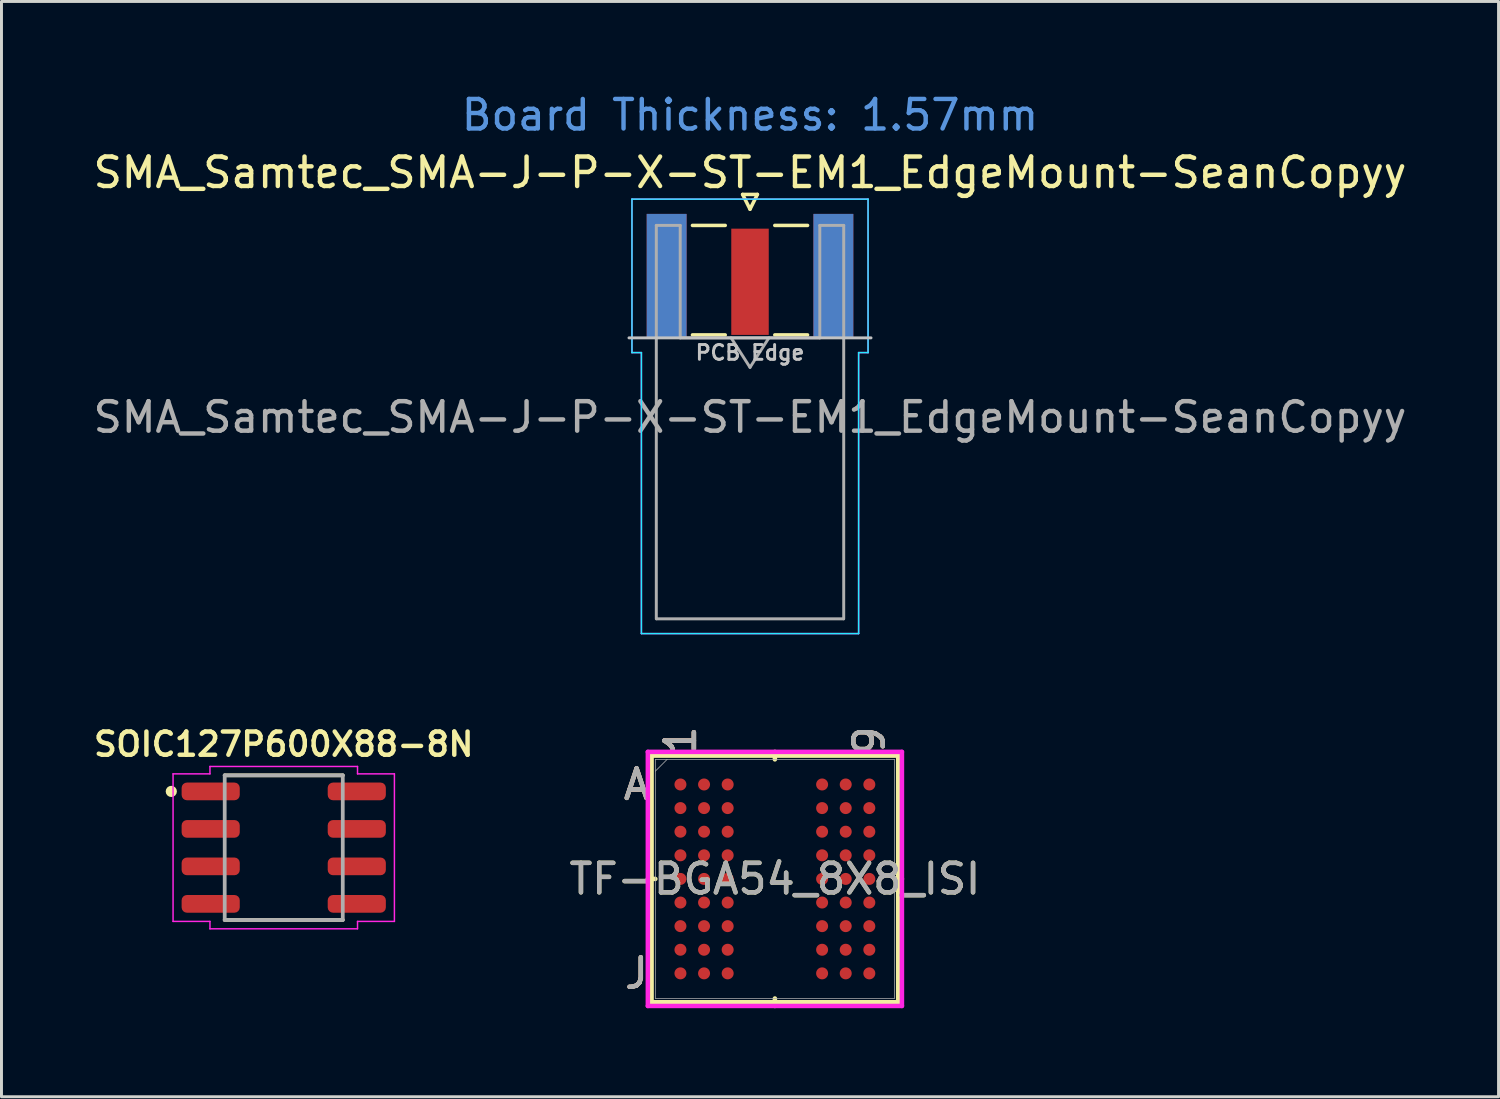
<source format=kicad_pcb>
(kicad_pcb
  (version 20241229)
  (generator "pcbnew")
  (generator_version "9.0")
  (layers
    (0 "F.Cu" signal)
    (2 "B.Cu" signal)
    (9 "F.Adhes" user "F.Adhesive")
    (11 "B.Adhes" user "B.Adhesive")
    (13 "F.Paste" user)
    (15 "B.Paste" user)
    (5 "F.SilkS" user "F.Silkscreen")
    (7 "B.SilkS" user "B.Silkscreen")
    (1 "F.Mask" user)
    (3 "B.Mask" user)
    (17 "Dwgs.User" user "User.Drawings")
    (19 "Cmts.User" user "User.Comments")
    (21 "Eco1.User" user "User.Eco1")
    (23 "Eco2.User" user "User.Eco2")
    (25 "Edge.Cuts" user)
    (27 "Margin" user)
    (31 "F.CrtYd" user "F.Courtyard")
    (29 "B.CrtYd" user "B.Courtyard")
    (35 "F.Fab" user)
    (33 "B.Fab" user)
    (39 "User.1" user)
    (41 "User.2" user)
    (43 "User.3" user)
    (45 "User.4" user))
  (footprint "SMA_Samtec_SMA-J-P-X-ST-EM1_EdgeMount-SeanCopyy"
    (layer "F.Cu")
    (at 22.363 6.298)
    (property "Reference" "SMA_Samtec_SMA-J-P-X-ST-EM1_EdgeMount-SeanCopyy" (at 0 -3.5 0) (layer "F.SilkS") (effects (font (size 1 1) (thickness 0.15))))
    (attr smd)
    (fp_line (start -1.95 -1.71) (end -0.84 -1.71) (stroke (width 0.12) (type solid)) (layer "F.SilkS"))
    (fp_line (start -1.95 2) (end -0.84 2) (stroke (width 0.12) (type solid)) (layer "F.SilkS"))
    (fp_line (start -0.25 -2.76) (end 0 -2.26) (stroke (width 0.12) (type solid)) (layer "F.SilkS"))
    (fp_line (start 0 -2.26) (end 0.25 -2.76) (stroke (width 0.12) (type solid)) (layer "F.SilkS"))
    (fp_line (start 0.25 -2.76) (end -0.25 -2.76) (stroke (width 0.12) (type solid)) (layer "F.SilkS"))
    (fp_line (start 0.84 -1.71) (end 1.95 -1.71) (stroke (width 0.12) (type solid)) (layer "F.SilkS"))
    (fp_line (start 0.84 2) (end 1.95 2) (stroke (width 0.12) (type solid)) (layer "F.SilkS"))
    (fp_line (start 4.1 2.1) (end -4.1 2.1) (stroke (width 0.1) (type solid)) (layer "Dwgs.User"))
    (fp_line (start -4 -2.6) (end 4 -2.6) (stroke (width 0.05) (type solid)) (layer "B.CrtYd"))
    (fp_line (start -4 2.6) (end -4 -2.6) (stroke (width 0.05) (type solid)) (layer "B.CrtYd"))
    (fp_line (start -3.68 2.6) (end -4 2.6) (stroke (width 0.05) (type solid)) (layer "B.CrtYd"))
    (fp_line (start -3.68 12.12) (end -3.68 2.6) (stroke (width 0.05) (type solid)) (layer "B.CrtYd"))
    (fp_line (start 3.68 2.6) (end 3.68 12.12) (stroke (width 0.05) (type solid)) (layer "B.CrtYd"))
    (fp_line (start 3.68 12.12) (end -3.68 12.12) (stroke (width 0.05) (type solid)) (layer "B.CrtYd"))
    (fp_line (start 4 2.6) (end 3.68 2.6) (stroke (width 0.05) (type solid)) (layer "B.CrtYd"))
    (fp_line (start 4 2.6) (end 4 -2.6) (stroke (width 0.05) (type solid)) (layer "B.CrtYd"))
    (fp_line (start -4 -2.6) (end 4 -2.6) (stroke (width 0.05) (type solid)) (layer "F.CrtYd"))
    (fp_line (start -4 2.6) (end -4 -2.6) (stroke (width 0.05) (type solid)) (layer "F.CrtYd"))
    (fp_line (start -3.68 2.6) (end -4 2.6) (stroke (width 0.05) (type solid)) (layer "F.CrtYd"))
    (fp_line (start -3.68 12.12) (end -3.68 2.6) (stroke (width 0.05) (type solid)) (layer "F.CrtYd"))
    (fp_line (start 3.68 2.6) (end 3.68 12.12) (stroke (width 0.05) (type solid)) (layer "F.CrtYd"))
    (fp_line (start 3.68 2.6) (end 4 2.6) (stroke (width 0.05) (type solid)) (layer "F.CrtYd"))
    (fp_line (start 3.68 12.12) (end -3.68 12.12) (stroke (width 0.05) (type solid)) (layer "F.CrtYd"))
    (fp_line (start 4 2.6) (end 4 -2.6) (stroke (width 0.05) (type solid)) (layer "F.CrtYd"))
    (fp_line (start -3.175 -1.71) (end -3.175 11.62) (stroke (width 0.1) (type solid)) (layer "F.Fab"))
    (fp_line (start -2.365 -1.71) (end -3.175 -1.71) (stroke (width 0.1) (type solid)) (layer "F.Fab"))
    (fp_line (start -2.365 2.1) (end -2.365 -1.71) (stroke (width 0.1) (type solid)) (layer "F.Fab"))
    (fp_line (start 0 3.1) (end -0.64 2.1) (stroke (width 0.1) (type solid)) (layer "F.Fab"))
    (fp_line (start 0.64 2.1) (end 0 3.1) (stroke (width 0.1) (type solid)) (layer "F.Fab"))
    (fp_line (start 2.365 -1.71) (end 2.365 2.1) (stroke (width 0.1) (type solid)) (layer "F.Fab"))
    (fp_line (start 2.365 2.1) (end -2.365 2.1) (stroke (width 0.1) (type solid)) (layer "F.Fab"))
    (fp_line (start 3.165 11.62) (end -3.165 11.62) (stroke (width 0.1) (type solid)) (layer "F.Fab"))
    (fp_line (start 3.175 -1.71) (end 2.365 -1.71) (stroke (width 0.1) (type solid)) (layer "F.Fab"))
    (fp_line (start 3.175 -1.71) (end 3.175 11.62) (stroke (width 0.1) (type solid)) (layer "F.Fab"))
    (fp_text user "PCB Edge" (at 0 2.6 0) (layer "Dwgs.User") (effects (font (size 0.5 0.5) (thickness 0.1))))
    (fp_text user "Board Thickness: 1.57mm" (at 0 -5.45 0) (layer "Cmts.User") (effects (font (size 1 1) (thickness 0.15))))
    (fp_text user "${REFERENCE}" (at 0 4.79 180) (layer "F.Fab") (effects (font (size 1 1) (thickness 0.15))))
    (pad "1" smd rect (at 0 0.2) (size 1.27 3.6) (layers "F.Cu" "F.Mask" "F.Paste"))
    (pad "2" smd rect (at -2.825 0) (size 1.35 4.2) (layers "F.Cu" "F.Mask" "F.Paste"))
    (pad "2" smd rect (at -2.825 0) (size 1.35 4.2) (layers "B.Cu" "B.Mask" "B.Paste"))
    (pad "2" smd rect (at 2.825 0) (size 1.35 4.2) (layers "F.Cu" "F.Mask" "F.Paste"))
    (pad "2" smd rect (at 2.825 0) (size 1.35 4.2) (layers "B.Cu" "B.Mask" "B.Paste")))
  (footprint "SOIC127P600X88-8N"
    (layer "F.Cu")
    (at 6.564 25.671)
    (property "Reference" "SOIC127P600X88-8N" (at -0.00002 -3.504 0) (layer "F.SilkS") (effects (font (size 0.788 0.788) (thickness 0.15))))
    (attr smd)
    (fp_line (start -2 2.45) (end 2 2.45) (stroke (width 0.127) (type solid)) (layer "F.SilkS"))
    (fp_line (start 2 -2.45) (end -2 -2.45) (stroke (width 0.127) (type solid)) (layer "F.SilkS"))
    (fp_circle (center -3.81 -1.905) (end -3.715 -1.905) (stroke (width 0.19) (type solid)) (fill no) (layer "F.SilkS"))
    (fp_line (start -3.75 -2.5) (end -3.75 2.5) (stroke (width 0.05) (type solid)) (layer "F.CrtYd"))
    (fp_line (start -3.75 2.5) (end -2.5 2.5) (stroke (width 0.05) (type solid)) (layer "F.CrtYd"))
    (fp_line (start -2.5 -2.75) (end -2.5 -2.5) (stroke (width 0.05) (type solid)) (layer "F.CrtYd"))
    (fp_line (start -2.5 -2.5) (end -3.75 -2.5) (stroke (width 0.05) (type solid)) (layer "F.CrtYd"))
    (fp_line (start -2.5 2.5) (end -2.5 2.75) (stroke (width 0.05) (type solid)) (layer "F.CrtYd"))
    (fp_line (start -2.5 2.75) (end 2.5 2.75) (stroke (width 0.05) (type solid)) (layer "F.CrtYd"))
    (fp_line (start 2.5 -2.75) (end -2.5 -2.75) (stroke (width 0.05) (type solid)) (layer "F.CrtYd"))
    (fp_line (start 2.5 -2.5) (end 2.5 -2.75) (stroke (width 0.05) (type solid)) (layer "F.CrtYd"))
    (fp_line (start 2.5 2.5) (end 3.75 2.5) (stroke (width 0.05) (type solid)) (layer "F.CrtYd"))
    (fp_line (start 2.5 2.75) (end 2.5 2.5) (stroke (width 0.05) (type solid)) (layer "F.CrtYd"))
    (fp_line (start 3.75 -2.5) (end 2.5 -2.5) (stroke (width 0.05) (type solid)) (layer "F.CrtYd"))
    (fp_line (start 3.75 2.5) (end 3.75 -2.5) (stroke (width 0.05) (type solid)) (layer "F.CrtYd"))
    (fp_line (start -2 -2.45) (end -2 2.45) (stroke (width 0.127) (type solid)) (layer "F.Fab"))
    (fp_line (start -2 2.45) (end 2 2.45) (stroke (width 0.127) (type solid)) (layer "F.Fab"))
    (fp_line (start 2 -2.45) (end -2 -2.45) (stroke (width 0.127) (type solid)) (layer "F.Fab"))
    (fp_line (start 2 2.45) (end 2 -2.45) (stroke (width 0.127) (type solid)) (layer "F.Fab"))
    (pad "1" smd roundrect (at -2.475 -1.905 270) (size 0.6 1.97) (layers "F.Cu" "F.Mask" "F.Paste") (roundrect_rratio 0.3))
    (pad "2" smd roundrect (at -2.475 -0.635 270) (size 0.6 1.97) (layers "F.Cu" "F.Mask" "F.Paste") (roundrect_rratio 0.3))
    (pad "3" smd roundrect (at -2.475 0.635 270) (size 0.6 1.97) (layers "F.Cu" "F.Mask" "F.Paste") (roundrect_rratio 0.3))
    (pad "4" smd roundrect (at -2.475 1.905 270) (size 0.6 1.97) (layers "F.Cu" "F.Mask" "F.Paste") (roundrect_rratio 0.3))
    (pad "5" smd roundrect (at 2.475 1.905 270) (size 0.6 1.97) (layers "F.Cu" "F.Mask" "F.Paste") (roundrect_rratio 0.3))
    (pad "6" smd roundrect (at 2.475 0.635 270) (size 0.6 1.97) (layers "F.Cu" "F.Mask" "F.Paste") (roundrect_rratio 0.3))
    (pad "7" smd roundrect (at 2.475 -0.635 270) (size 0.6 1.97) (layers "F.Cu" "F.Mask" "F.Paste") (roundrect_rratio 0.3))
    (pad "8" smd roundrect (at 2.475 -1.905 270) (size 0.6 1.97) (layers "F.Cu" "F.Mask" "F.Paste") (roundrect_rratio 0.3)))
  (footprint "TF-BGA54_8X8_ISI"
    (layer "F.Cu")
    (at 23.206 26.731)
    (property "Reference" "TF-BGA54_8X8_ISI" (at 0 0 0) (unlocked yes) (layer "F.SilkS") (effects (font (size 1 1) (thickness 0.15))))
    (attr smd)
    (fp_line (start -4.178 -4.178) (end -4.178 4.178) (stroke (width 0.152) (type solid)) (layer "F.SilkS"))
    (fp_line (start -4.178 4.178) (end 4.178 4.178) (stroke (width 0.152) (type solid)) (layer "F.SilkS"))
    (fp_line (start -4.051 0) (end -4.305 0) (stroke (width 0.152) (type solid)) (layer "F.SilkS"))
    (fp_line (start 0 -4.051) (end 0 -4.305) (stroke (width 0.152) (type solid)) (layer "F.SilkS"))
    (fp_line (start 0 4.051) (end 0 4.305) (stroke (width 0.152) (type solid)) (layer "F.SilkS"))
    (fp_line (start 4.051 0) (end 4.305 0) (stroke (width 0.152) (type solid)) (layer "F.SilkS"))
    (fp_line (start 4.178 -4.178) (end -4.178 -4.178) (stroke (width 0.152) (type solid)) (layer "F.SilkS"))
    (fp_line (start 4.178 4.178) (end 4.178 -4.178) (stroke (width 0.152) (type solid)) (layer "F.SilkS"))
    (fp_poly (pts (xy -4.045 -4.045) (xy 4.045 -4.045) (xy 4.045 4.045) (xy -4.045 4.045)) (stroke (width 0.1) (type solid)) (fill no) (layer "Eco2.User"))
    (fp_line (start -4.305 -4.305) (end 4.305 -4.305) (stroke (width 0.152) (type solid)) (layer "F.CrtYd"))
    (fp_line (start -4.305 4.305) (end -4.305 -4.305) (stroke (width 0.152) (type solid)) (layer "F.CrtYd"))
    (fp_line (start 4.305 -4.305) (end 4.305 4.305) (stroke (width 0.152) (type solid)) (layer "F.CrtYd"))
    (fp_line (start 4.305 4.305) (end -4.305 4.305) (stroke (width 0.152) (type solid)) (layer "F.CrtYd"))
    (fp_line (start -4.051 -4.051) (end -4.051 4.051) (stroke (width 0.025) (type solid)) (layer "F.Fab"))
    (fp_line (start -4.051 4.051) (end 4.051 4.051) (stroke (width 0.025) (type solid)) (layer "F.Fab"))
    (fp_line (start -3.651 -4.051) (end -4.051 -3.651) (stroke (width 0.025) (type solid)) (layer "F.Fab"))
    (fp_line (start 4.051 -4.051) (end -4.051 -4.051) (stroke (width 0.025) (type solid)) (layer "F.Fab"))
    (fp_line (start 4.051 4.051) (end 4.051 -4.051) (stroke (width 0.025) (type solid)) (layer "F.Fab"))
    (fp_text user "9" (at 3.2 -4.686 90) (unlocked yes) (layer "F.SilkS") (effects (font (size 1 1) (thickness 0.15))))
    (fp_text user "A" (at -4.686 -3.2 0) (unlocked yes) (layer "F.SilkS") (effects (font (size 1 1) (thickness 0.15))))
    (fp_text user "J" (at -4.686 3.2 0) (unlocked yes) (layer "F.SilkS") (effects (font (size 1 1) (thickness 0.15))))
    (fp_text user "1" (at -3.2 -4.686 90) (unlocked yes) (layer "F.SilkS") (effects (font (size 1 1) (thickness 0.15))))
    (fp_text user "9" (at 3.2 -4.686 90) (unlocked yes) (layer "B.SilkS") (effects (font (size 1 1) (thickness 0.15))))
    (fp_text user "A" (at -4.686 -3.2 0) (unlocked yes) (layer "B.SilkS") (effects (font (size 1 1) (thickness 0.15))))
    (fp_text user "1" (at -3.2 -4.686 90) (unlocked yes) (layer "B.SilkS") (effects (font (size 1 1) (thickness 0.15))))
    (fp_text user "J" (at -4.686 3.2 0) (unlocked yes) (layer "B.SilkS") (effects (font (size 1 1) (thickness 0.15))))
    (fp_text user "${REFERENCE}" (at 0 0 0) (unlocked yes) (layer "F.Fab") (effects (font (size 1 1) (thickness 0.15))))
    (fp_text user "J" (at -4.686 3.2 0) (unlocked yes) (layer "F.Fab") (effects (font (size 1 1) (thickness 0.15))))
    (fp_text user "1" (at -3.2 -4.686 90) (unlocked yes) (layer "F.Fab") (effects (font (size 1 1) (thickness 0.15))))
    (fp_text user "A" (at -4.686 -3.2 0) (unlocked yes) (layer "F.Fab") (effects (font (size 1 1) (thickness 0.15))))
    (fp_text user "9" (at 3.2 -4.686 90) (unlocked yes) (layer "F.Fab") (effects (font (size 1 1) (thickness 0.15))))
    (pad "A1" smd circle (at -3.2 -3.2) (size 0.406 0.406) (layers "F.Cu" "F.Mask" "F.Paste"))
    (pad "A2" smd circle (at -2.4 -3.2) (size 0.406 0.406) (layers "F.Cu" "F.Mask" "F.Paste"))
    (pad "A3" smd circle (at -1.6 -3.2) (size 0.406 0.406) (layers "F.Cu" "F.Mask" "F.Paste"))
    (pad "A7" smd circle (at 1.6 -3.2) (size 0.406 0.406) (layers "F.Cu" "F.Mask" "F.Paste"))
    (pad "A8" smd circle (at 2.4 -3.2) (size 0.406 0.406) (layers "F.Cu" "F.Mask" "F.Paste"))
    (pad "A9" smd circle (at 3.2 -3.2) (size 0.406 0.406) (layers "F.Cu" "F.Mask" "F.Paste"))
    (pad "B1" smd circle (at -3.2 -2.4) (size 0.406 0.406) (layers "F.Cu" "F.Mask" "F.Paste"))
    (pad "B2" smd circle (at -2.4 -2.4) (size 0.406 0.406) (layers "F.Cu" "F.Mask" "F.Paste"))
    (pad "B3" smd circle (at -1.6 -2.4) (size 0.406 0.406) (layers "F.Cu" "F.Mask" "F.Paste"))
    (pad "B7" smd circle (at 1.6 -2.4) (size 0.406 0.406) (layers "F.Cu" "F.Mask" "F.Paste"))
    (pad "B8" smd circle (at 2.4 -2.4) (size 0.406 0.406) (layers "F.Cu" "F.Mask" "F.Paste"))
    (pad "B9" smd circle (at 3.2 -2.4) (size 0.406 0.406) (layers "F.Cu" "F.Mask" "F.Paste"))
    (pad "C1" smd circle (at -3.2 -1.6) (size 0.406 0.406) (layers "F.Cu" "F.Mask" "F.Paste"))
    (pad "C2" smd circle (at -2.4 -1.6) (size 0.406 0.406) (layers "F.Cu" "F.Mask" "F.Paste"))
    (pad "C3" smd circle (at -1.6 -1.6) (size 0.406 0.406) (layers "F.Cu" "F.Mask" "F.Paste"))
    (pad "C7" smd circle (at 1.6 -1.6) (size 0.406 0.406) (layers "F.Cu" "F.Mask" "F.Paste"))
    (pad "C8" smd circle (at 2.4 -1.6) (size 0.406 0.406) (layers "F.Cu" "F.Mask" "F.Paste"))
    (pad "C9" smd circle (at 3.2 -1.6) (size 0.406 0.406) (layers "F.Cu" "F.Mask" "F.Paste"))
    (pad "D1" smd circle (at -3.2 -0.8) (size 0.406 0.406) (layers "F.Cu" "F.Mask" "F.Paste"))
    (pad "D2" smd circle (at -2.4 -0.8) (size 0.406 0.406) (layers "F.Cu" "F.Mask" "F.Paste"))
    (pad "D3" smd circle (at -1.6 -0.8) (size 0.406 0.406) (layers "F.Cu" "F.Mask" "F.Paste"))
    (pad "D7" smd circle (at 1.6 -0.8) (size 0.406 0.406) (layers "F.Cu" "F.Mask" "F.Paste"))
    (pad "D8" smd circle (at 2.4 -0.8) (size 0.406 0.406) (layers "F.Cu" "F.Mask" "F.Paste"))
    (pad "D9" smd circle (at 3.2 -0.8) (size 0.406 0.406) (layers "F.Cu" "F.Mask" "F.Paste"))
    (pad "E1" smd circle (at -3.2 0) (size 0.406 0.406) (layers "F.Cu" "F.Mask" "F.Paste"))
    (pad "E2" smd circle (at -2.4 0) (size 0.406 0.406) (layers "F.Cu" "F.Mask" "F.Paste"))
    (pad "E3" smd circle (at -1.6 0) (size 0.406 0.406) (layers "F.Cu" "F.Mask" "F.Paste"))
    (pad "E7" smd circle (at 1.6 0) (size 0.406 0.406) (layers "F.Cu" "F.Mask" "F.Paste"))
    (pad "E8" smd circle (at 2.4 0) (size 0.406 0.406) (layers "F.Cu" "F.Mask" "F.Paste"))
    (pad "E9" smd circle (at 3.2 0) (size 0.406 0.406) (layers "F.Cu" "F.Mask" "F.Paste"))
    (pad "F1" smd circle (at -3.2 0.8) (size 0.406 0.406) (layers "F.Cu" "F.Mask" "F.Paste"))
    (pad "F2" smd circle (at -2.4 0.8) (size 0.406 0.406) (layers "F.Cu" "F.Mask" "F.Paste"))
    (pad "F3" smd circle (at -1.6 0.8) (size 0.406 0.406) (layers "F.Cu" "F.Mask" "F.Paste"))
    (pad "F7" smd circle (at 1.6 0.8) (size 0.406 0.406) (layers "F.Cu" "F.Mask" "F.Paste"))
    (pad "F8" smd circle (at 2.4 0.8) (size 0.406 0.406) (layers "F.Cu" "F.Mask" "F.Paste"))
    (pad "F9" smd circle (at 3.2 0.8) (size 0.406 0.406) (layers "F.Cu" "F.Mask" "F.Paste"))
    (pad "G1" smd circle (at -3.2 1.6) (size 0.406 0.406) (layers "F.Cu" "F.Mask" "F.Paste"))
    (pad "G2" smd circle (at -2.4 1.6) (size 0.406 0.406) (layers "F.Cu" "F.Mask" "F.Paste"))
    (pad "G3" smd circle (at -1.6 1.6) (size 0.406 0.406) (layers "F.Cu" "F.Mask" "F.Paste"))
    (pad "G7" smd circle (at 1.6 1.6) (size 0.406 0.406) (layers "F.Cu" "F.Mask" "F.Paste"))
    (pad "G8" smd circle (at 2.4 1.6) (size 0.406 0.406) (layers "F.Cu" "F.Mask" "F.Paste"))
    (pad "G9" smd circle (at 3.2 1.6) (size 0.406 0.406) (layers "F.Cu" "F.Mask" "F.Paste"))
    (pad "H1" smd circle (at -3.2 2.4) (size 0.406 0.406) (layers "F.Cu" "F.Mask" "F.Paste"))
    (pad "H2" smd circle (at -2.4 2.4) (size 0.406 0.406) (layers "F.Cu" "F.Mask" "F.Paste"))
    (pad "H3" smd circle (at -1.6 2.4) (size 0.406 0.406) (layers "F.Cu" "F.Mask" "F.Paste"))
    (pad "H7" smd circle (at 1.6 2.4) (size 0.406 0.406) (layers "F.Cu" "F.Mask" "F.Paste"))
    (pad "H8" smd circle (at 2.4 2.4) (size 0.406 0.406) (layers "F.Cu" "F.Mask" "F.Paste"))
    (pad "H9" smd circle (at 3.2 2.4) (size 0.406 0.406) (layers "F.Cu" "F.Mask" "F.Paste"))
    (pad "J1" smd circle (at -3.2 3.2) (size 0.406 0.406) (layers "F.Cu" "F.Mask" "F.Paste"))
    (pad "J2" smd circle (at -2.4 3.2) (size 0.406 0.406) (layers "F.Cu" "F.Mask" "F.Paste"))
    (pad "J3" smd circle (at -1.6 3.2) (size 0.406 0.406) (layers "F.Cu" "F.Mask" "F.Paste"))
    (pad "J7" smd circle (at 1.6 3.2) (size 0.406 0.406) (layers "F.Cu" "F.Mask" "F.Paste"))
    (pad "J8" smd circle (at 2.4 3.2) (size 0.406 0.406) (layers "F.Cu" "F.Mask" "F.Paste"))
    (pad "J9" smd circle (at 3.2 3.2) (size 0.406 0.406) (layers "F.Cu" "F.Mask" "F.Paste")))
  (gr_rect
    (start -3 -3)
    (end 47.726 34.112)
    (stroke (width 0.1) (type default))
    (fill no)
    (layer "Edge.Cuts")))
</source>
